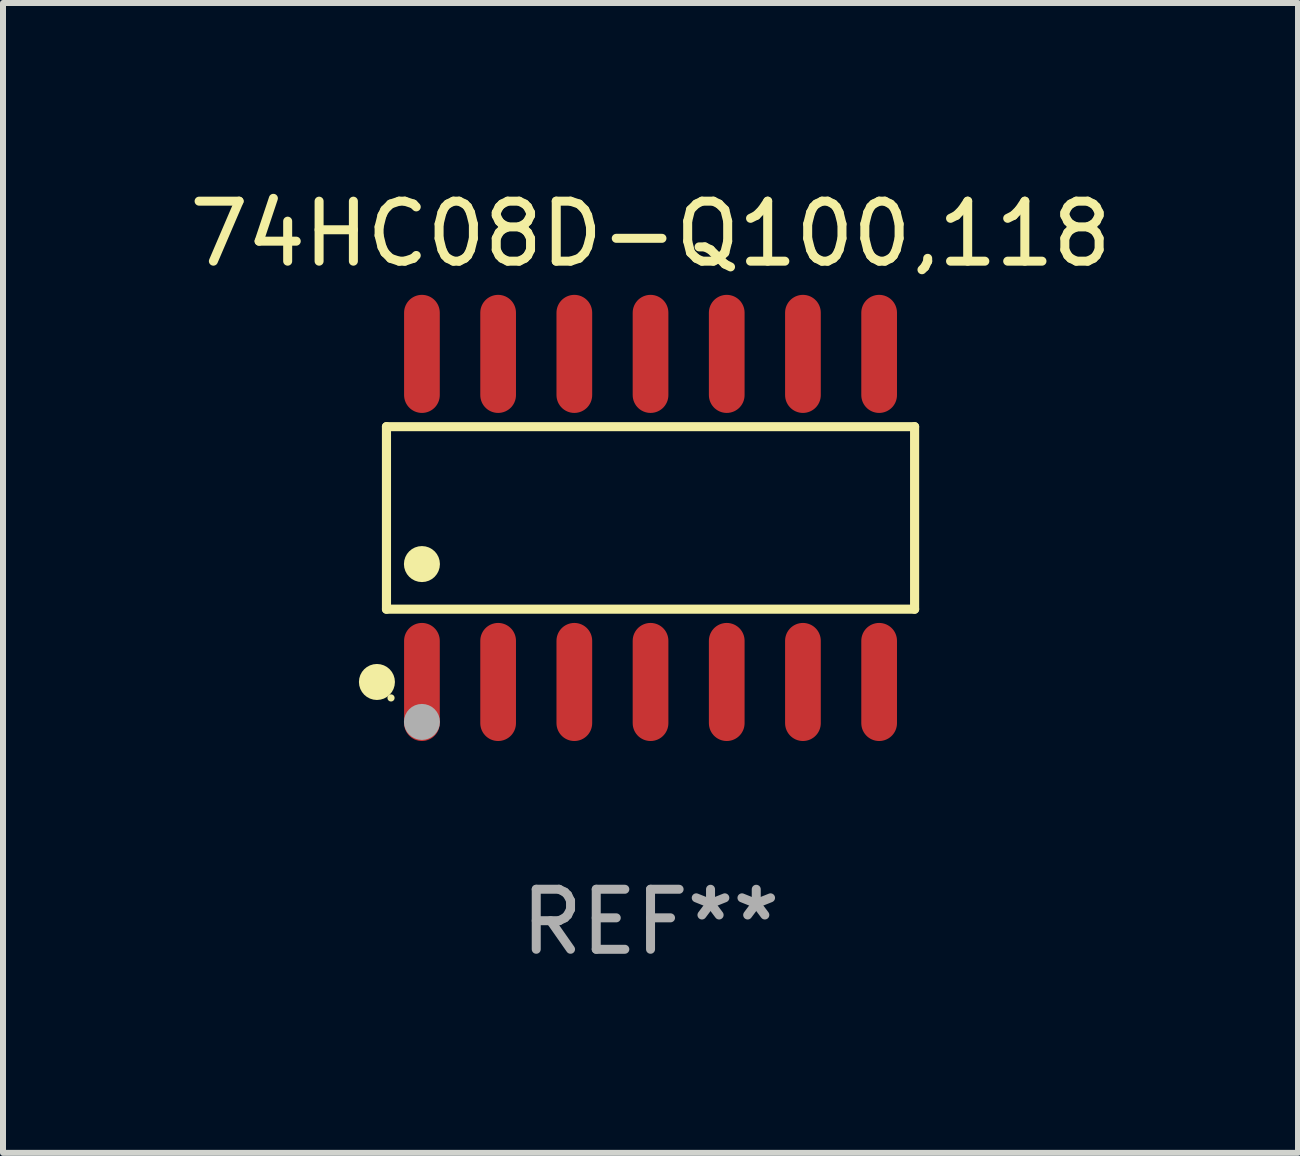
<source format=kicad_pcb>
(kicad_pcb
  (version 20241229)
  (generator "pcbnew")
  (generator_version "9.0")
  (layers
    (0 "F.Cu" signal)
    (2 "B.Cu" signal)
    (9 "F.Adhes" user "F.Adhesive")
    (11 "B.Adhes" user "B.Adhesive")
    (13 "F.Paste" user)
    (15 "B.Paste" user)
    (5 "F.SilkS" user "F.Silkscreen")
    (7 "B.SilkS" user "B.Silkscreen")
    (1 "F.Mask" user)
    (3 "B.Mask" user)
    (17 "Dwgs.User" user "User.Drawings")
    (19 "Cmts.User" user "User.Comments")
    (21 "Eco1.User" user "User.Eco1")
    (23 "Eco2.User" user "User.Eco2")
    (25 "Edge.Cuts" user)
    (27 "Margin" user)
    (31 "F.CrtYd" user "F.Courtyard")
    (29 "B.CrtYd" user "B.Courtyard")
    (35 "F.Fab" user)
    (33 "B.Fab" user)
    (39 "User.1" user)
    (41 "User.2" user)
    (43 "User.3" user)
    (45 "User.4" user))
  (footprint "74HC08D-Q100,118"
    (layer "F.Cu")
    (at 7.792 5.582)
    (property "Reference" "74HC08D-Q100,118" (at 0 -4.734 0) (layer "F.SilkS") (effects (font (size 1 1) (thickness 0.15))))
    (attr through_hole)
    (fp_line (start -4.401 -1.521) (end 4.401 -1.521) (stroke (width 0.152) (type solid)) (layer "F.SilkS"))
    (fp_line (start -4.401 1.521) (end -4.401 -1.521) (stroke (width 0.152) (type solid)) (layer "F.SilkS"))
    (fp_line (start 4.401 -1.521) (end 4.401 1.521) (stroke (width 0.152) (type solid)) (layer "F.SilkS"))
    (fp_line (start 4.401 1.521) (end -4.401 1.521) (stroke (width 0.152) (type solid)) (layer "F.SilkS"))
    (fp_circle (center -4.56 2.734) (end -4.41 2.734) (stroke (width 0.3) (type solid)) (fill no) (layer "F.SilkS"))
    (fp_circle (center -4.325 3) (end -4.295 3) (stroke (width 0.06) (type solid)) (fill no) (layer "F.SilkS"))
    (fp_circle (center -3.81 0.769) (end -3.66 0.769) (stroke (width 0.3) (type solid)) (fill no) (layer "F.SilkS"))
    (fp_circle (center -3.81 3.4) (end -3.66 3.4) (stroke (width 0.3) (type solid)) (fill no) (layer "F.Fab"))
    (fp_text user "REF**" (at 0 6.734 0) (layer "F.Fab") (effects (font (size 1 1) (thickness 0.15))))
    (pad "1" smd oval (at -3.81 2.734) (size 0.595 1.968) (layers "F.Cu" "F.Mask" "F.Paste"))
    (pad "2" smd oval (at -2.54 2.734) (size 0.595 1.968) (layers "F.Cu" "F.Mask" "F.Paste"))
    (pad "3" smd oval (at -1.27 2.734) (size 0.595 1.968) (layers "F.Cu" "F.Mask" "F.Paste"))
    (pad "4" smd oval (at 0 2.734) (size 0.595 1.968) (layers "F.Cu" "F.Mask" "F.Paste"))
    (pad "5" smd oval (at 1.27 2.734) (size 0.595 1.968) (layers "F.Cu" "F.Mask" "F.Paste"))
    (pad "6" smd oval (at 2.54 2.734) (size 0.595 1.968) (layers "F.Cu" "F.Mask" "F.Paste"))
    (pad "7" smd oval (at 3.81 2.734) (size 0.595 1.968) (layers "F.Cu" "F.Mask" "F.Paste"))
    (pad "8" smd oval (at 3.81 -2.734) (size 0.595 1.968) (layers "F.Cu" "F.Mask" "F.Paste"))
    (pad "9" smd oval (at 2.54 -2.734) (size 0.595 1.968) (layers "F.Cu" "F.Mask" "F.Paste"))
    (pad "10" smd oval (at 1.27 -2.734) (size 0.595 1.968) (layers "F.Cu" "F.Mask" "F.Paste"))
    (pad "11" smd oval (at 0 -2.734) (size 0.595 1.968) (layers "F.Cu" "F.Mask" "F.Paste"))
    (pad "12" smd oval (at -1.27 -2.734) (size 0.595 1.968) (layers "F.Cu" "F.Mask" "F.Paste"))
    (pad "13" smd oval (at -2.54 -2.734) (size 0.595 1.968) (layers "F.Cu" "F.Mask" "F.Paste"))
    (pad "14" smd oval (at -3.81 -2.734) (size 0.595 1.968) (layers "F.Cu" "F.Mask" "F.Paste")))
  (gr_rect
    (start -3 -3)
    (end 18.583 16.164)
    (stroke (width 0.1) (type default))
    (fill no)
    (layer "Edge.Cuts")))
</source>
